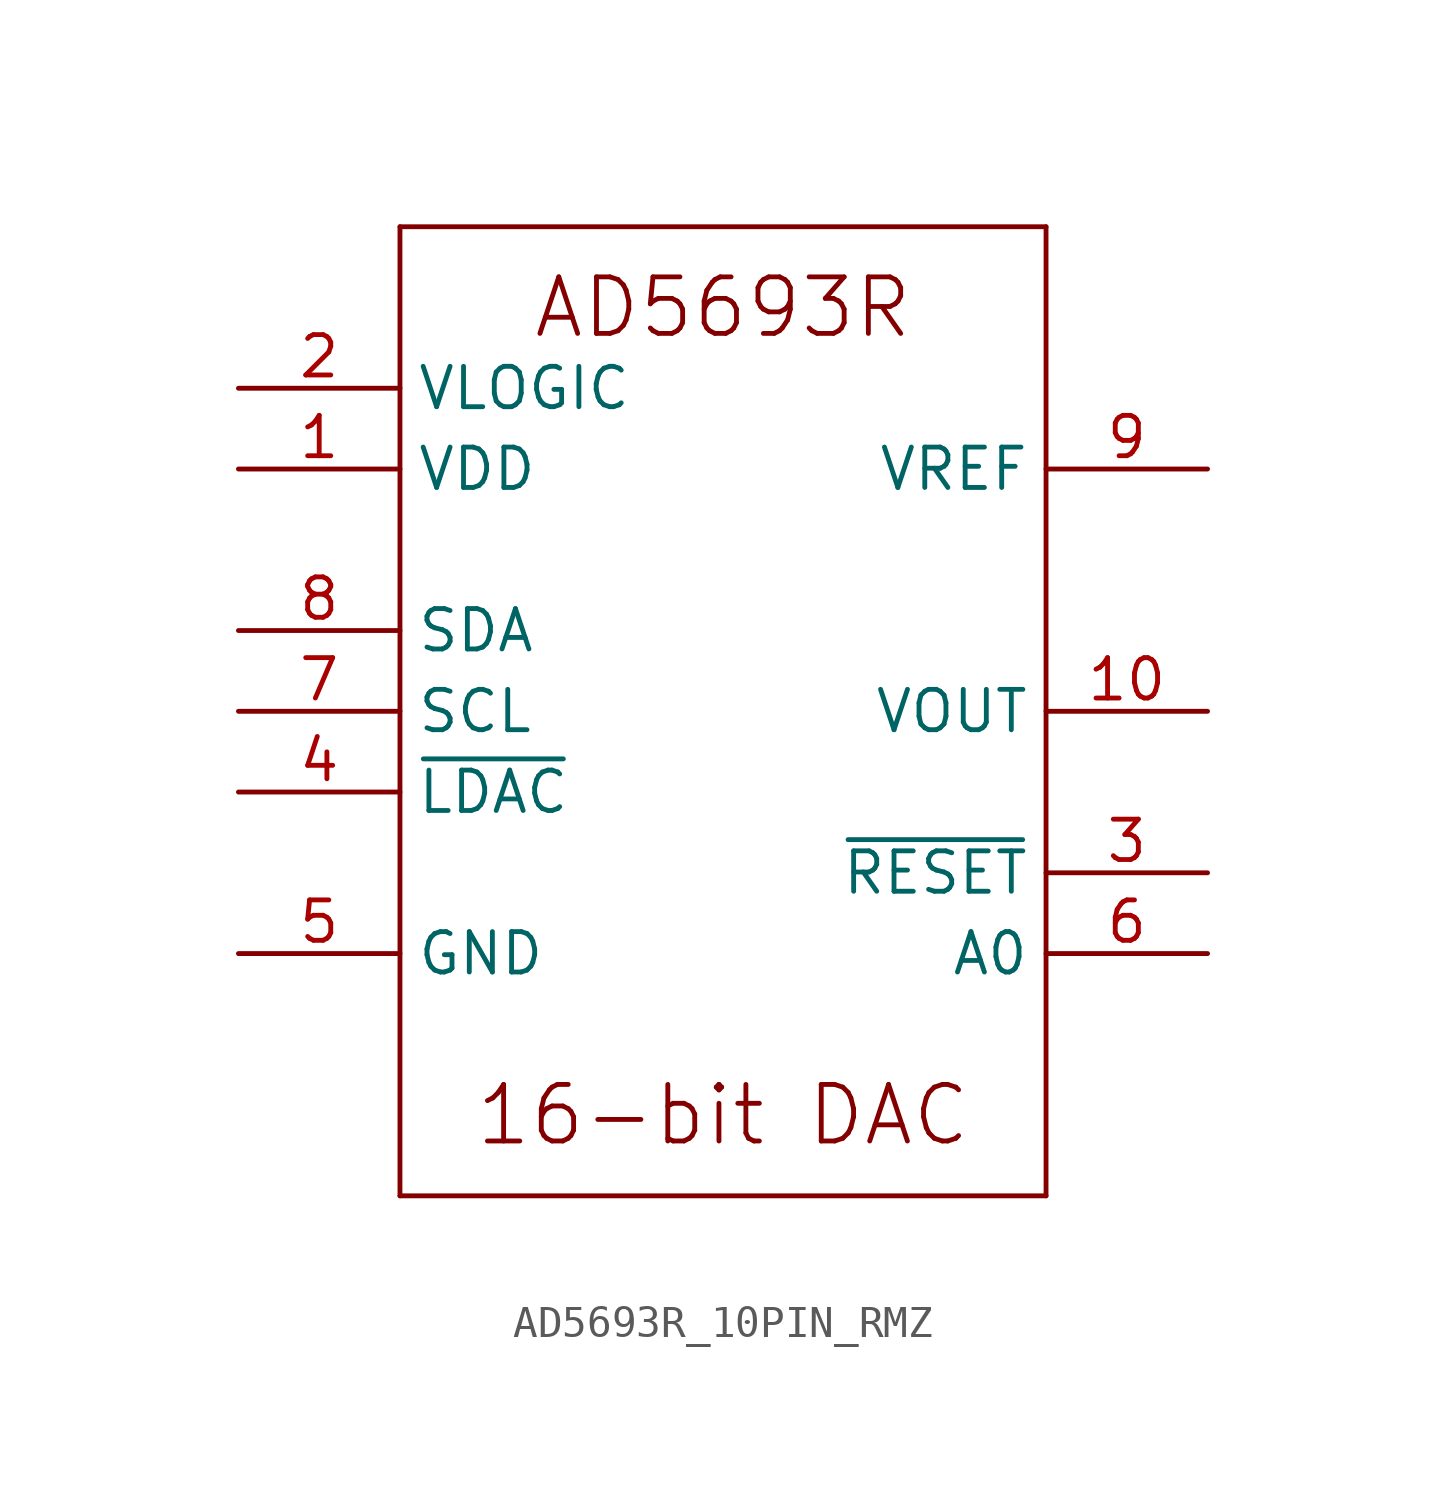
<source format=kicad_sym>
(kicad_symbol_lib
  (version 20231120)
  (generator "kicad_symbol_editor")
  (generator_version "8.0")
  (symbol "AD5693R_10PIN_RMZ"
    (property "Reference" "IC"
      (at 0 0 0)
      (effects (font (size 1.27 1.27)) (hide yes)))
    (property "ki_locked" ""
      (at 0 0 0)
      (effects (font (size 1.27 1.27))))
    (symbol "AD5693R_10PIN_RMZ_1_0"
      (polyline (pts (xy -10.16 -15.24) (xy -10.16 15.24)) (stroke (width 0.152) (type solid)) (fill (type none)))
      (polyline (pts (xy -10.16 15.24) (xy 10.16 15.24)) (stroke (width 0.152) (type solid)) (fill (type none)))
      (polyline (pts (xy 10.16 -15.24) (xy -10.16 -15.24)) (stroke (width 0.152) (type solid)) (fill (type none)))
      (polyline (pts (xy 10.16 15.24) (xy 10.16 -15.24)) (stroke (width 0.152) (type solid)) (fill (type none)))
      (text "16-bit DAC" (at 0 -12.7 0) (effects (font (size 1.778 1.778))))
      (text "AD5693R" (at 0 12.7 0) (effects (font (size 1.778 1.778))))
      (pin power_in line (at -15.24 7.62 0) (length 5.08) (name "VDD" (effects (font (size 1.27 1.27)))) (number "1" (effects (font (size 1.27 1.27)))))
      (pin output line (at 15.24 0 180) (length 5.08) (name "VOUT" (effects (font (size 1.27 1.27)))) (number "10" (effects (font (size 1.27 1.27)))))
      (pin power_in line (at -15.24 10.16 0) (length 5.08) (name "VLOGIC" (effects (font (size 1.27 1.27)))) (number "2" (effects (font (size 1.27 1.27)))))
      (pin input line (at 15.24 -5.08 180) (length 5.08) (name "~{RESET}" (effects (font (size 1.27 1.27)))) (number "3" (effects (font (size 1.27 1.27)))))
      (pin input line (at -15.24 -2.54 0) (length 5.08) (name "~{LDAC}" (effects (font (size 1.27 1.27)))) (number "4" (effects (font (size 1.27 1.27)))))
      (pin power_in line (at -15.24 -7.62 0) (length 5.08) (name "GND" (effects (font (size 1.27 1.27)))) (number "5" (effects (font (size 1.27 1.27)))))
      (pin input line (at 15.24 -7.62 180) (length 5.08) (name "A0" (effects (font (size 1.27 1.27)))) (number "6" (effects (font (size 1.27 1.27)))))
      (pin bidirectional line (at -15.24 0 0) (length 5.08) (name "SCL" (effects (font (size 1.27 1.27)))) (number "7" (effects (font (size 1.27 1.27)))))
      (pin bidirectional line (at -15.24 2.54 0) (length 5.08) (name "SDA" (effects (font (size 1.27 1.27)))) (number "8" (effects (font (size 1.27 1.27)))))
      (pin power_in line (at 15.24 7.62 180) (length 5.08) (name "VREF" (effects (font (size 1.27 1.27)))) (number "9" (effects (font (size 1.27 1.27))))))))
</source>
